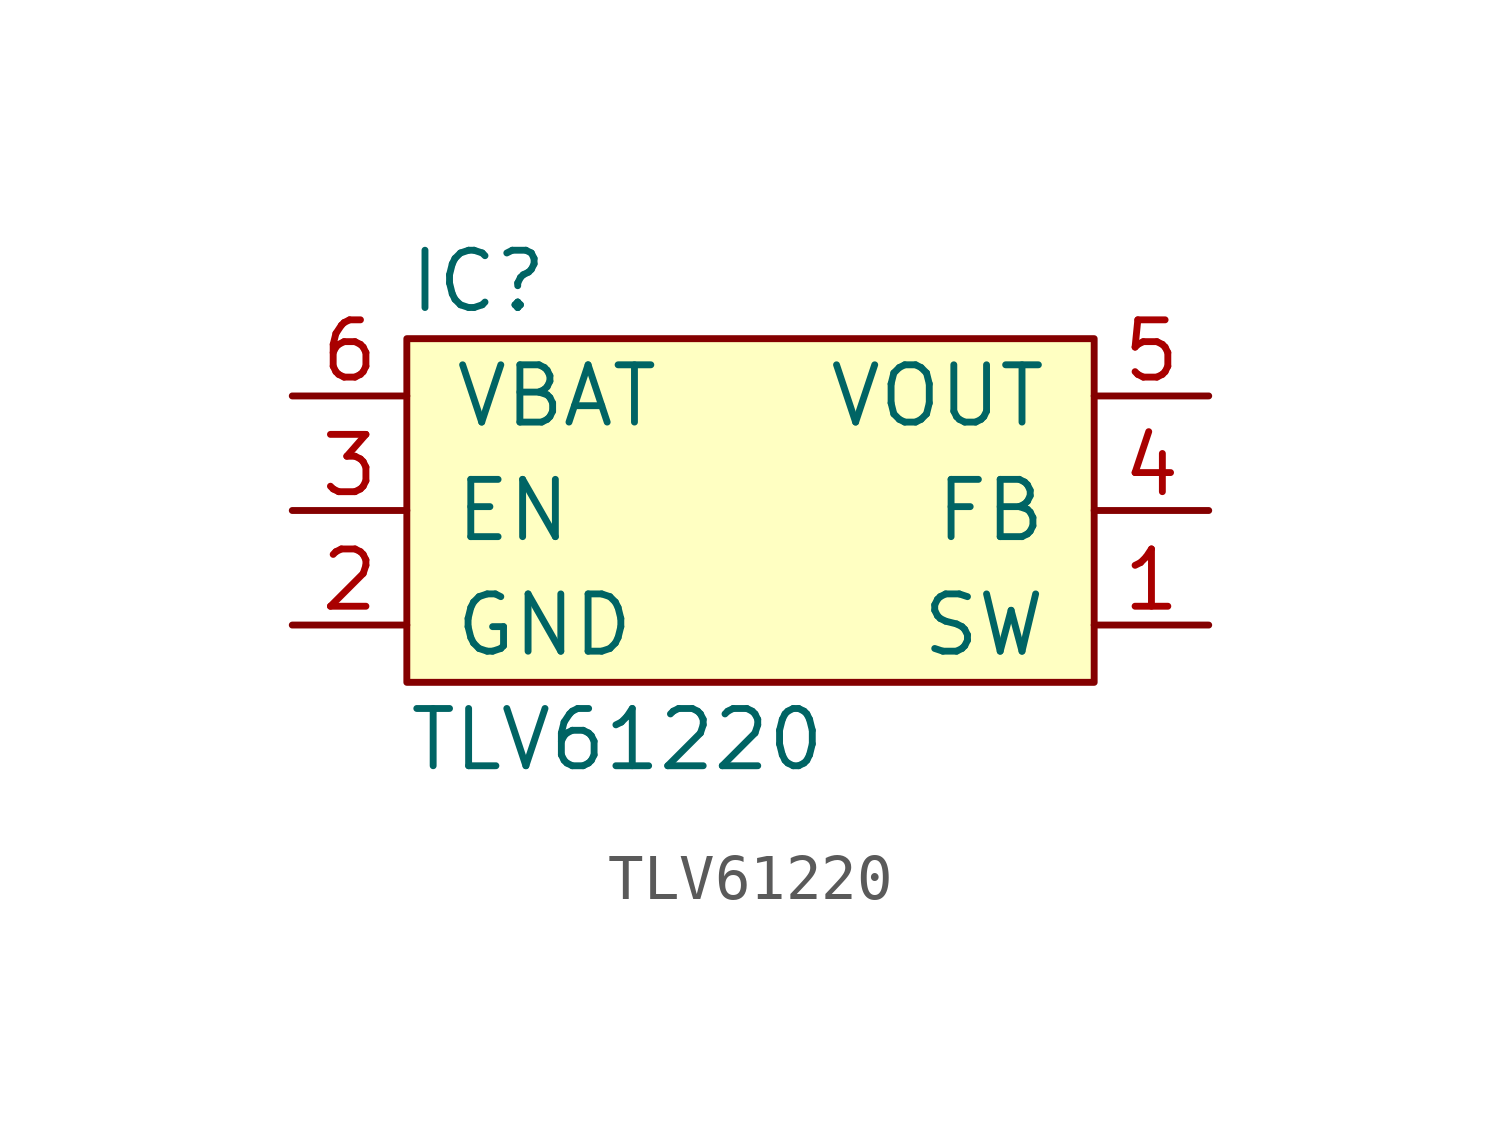
<source format=kicad_sym>
(kicad_symbol_lib
  (version 20211014)
  (generator agg_kicad.build_lib_ic)
  (symbol "TLV61220"
    (pin_names
      (offset 1.016))
    (property Reference IC
      (at -7.62 5.08 0)
      (effects (font (size 1.27 1.27)) (justify left)))
    (property Value "TLV61220"
      (at -7.62 -5.08 0)
      (effects (font (size 1.27 1.27)) (justify left)))
    (symbol "TLV61220_0_0"
      (rectangle (start -7.62 3.81) (end 7.62 -3.81) (stroke (width 0) (type default) (color 0 0 0 0)) (fill (type background)))
      (pin power_in line (at -10.16 2.54 0) (length 2.54) (name VBAT (effects (font (size 1.27 1.27)))) (number "6" (effects (font (size 1.27 1.27)))))
      (pin input line (at -10.16 0 0) (length 2.54) (name EN (effects (font (size 1.27 1.27)))) (number "3" (effects (font (size 1.27 1.27)))))
      (pin power_in line (at -10.16 -2.54 0) (length 2.54) (name GND (effects (font (size 1.27 1.27)))) (number "2" (effects (font (size 1.27 1.27)))))
      (pin power_out line (at 10.16 2.54 180) (length 2.54) (name VOUT (effects (font (size 1.27 1.27)))) (number "5" (effects (font (size 1.27 1.27)))))
      (pin input line (at 10.16 0 180) (length 2.54) (name FB (effects (font (size 1.27 1.27)))) (number "4" (effects (font (size 1.27 1.27)))))
      (pin passive line (at 10.16 -2.54 180) (length 2.54) (name SW (effects (font (size 1.27 1.27)))) (number "1" (effects (font (size 1.27 1.27))))))))
</source>
